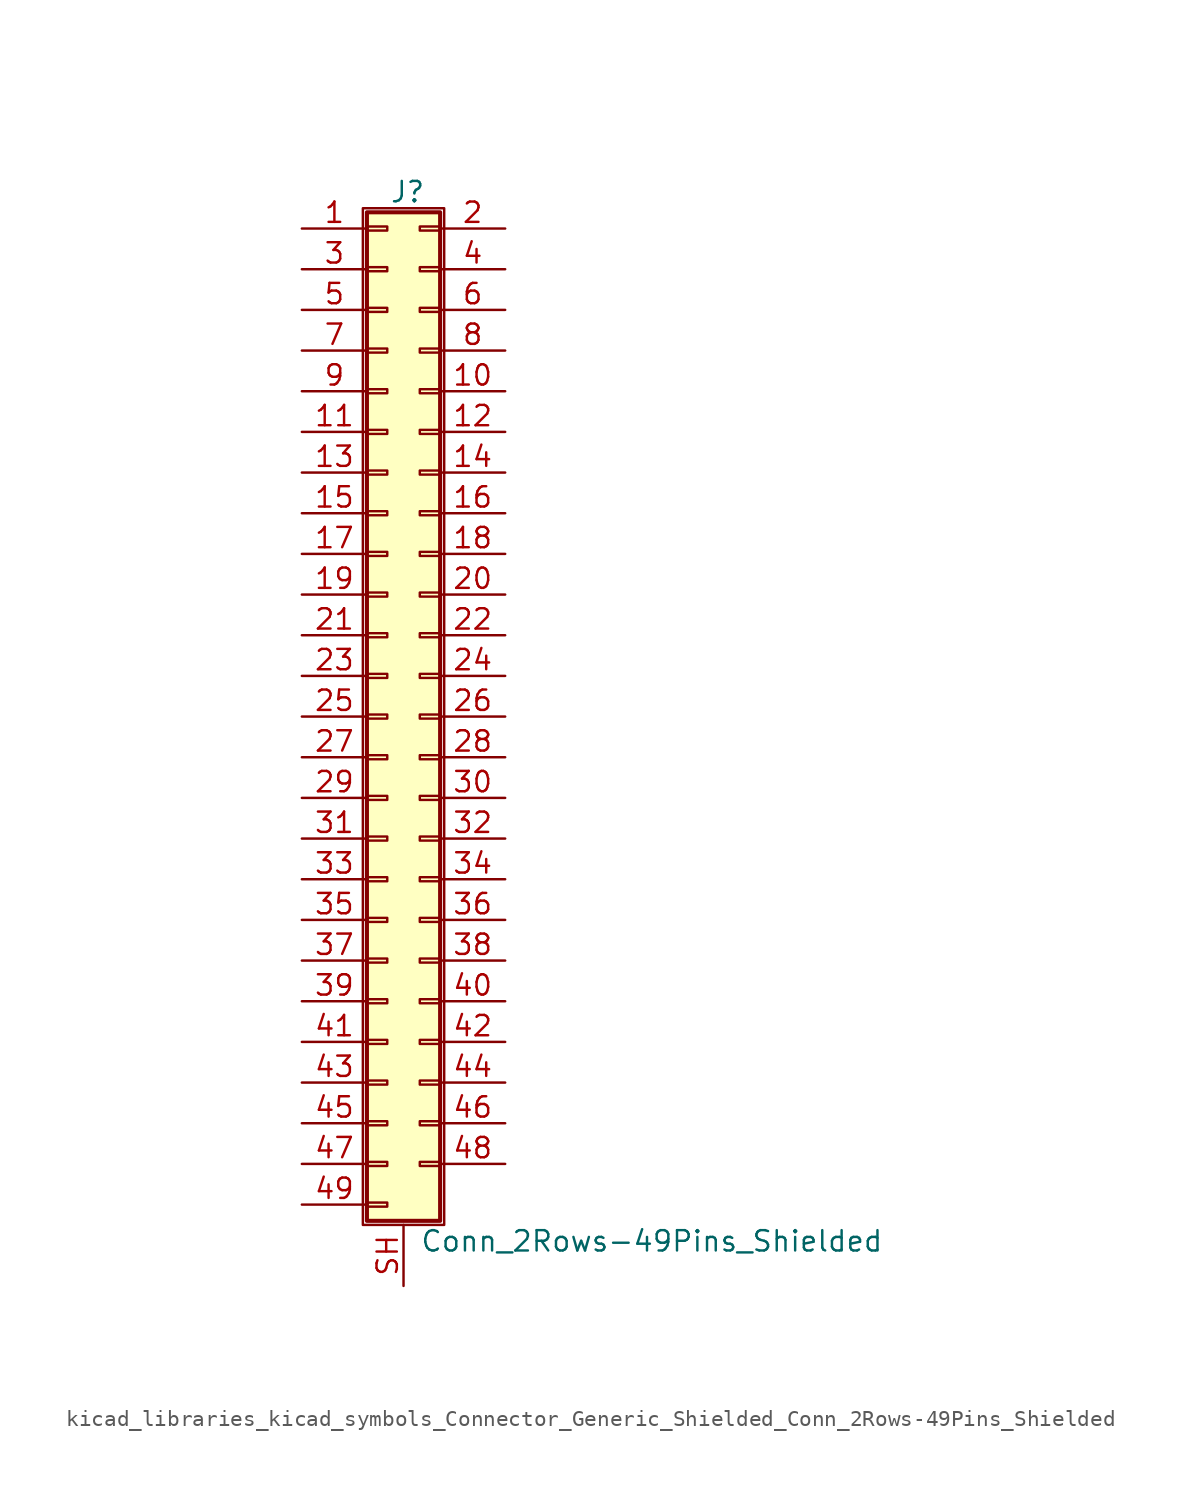
<source format=kicad_sym>
(kicad_symbol_lib
  (version 20220914)
  (generator kicad_symbol_editor)
  (symbol "kicad_libraries_kicad_symbols_Connector_Generic_Shielded_Conn_2Rows-49Pins_Shielded"
    (pin_names
      (offset 1.016) hide)
    (property "Reference" "J"
      (at 1.524 32.766 0)
      (effects (font (size 1.27 1.27))))
    (property "Value" "Conn_2Rows-49Pins_Shielded"
      (at 2.286 -32.766 0)
      (effects (font (size 1.27 1.27)) (justify left)))
    (symbol "kicad_libraries_kicad_symbols_Connector_Generic_Shielded_Conn_2Rows-49Pins_Shielded_1_1"
      (rectangle (start -1.27 31.75) (end 3.81 -31.75) (stroke (width 0.152) (type default)) (fill (type none)))
      (rectangle (start -1.016 -30.353) (end 0.254 -30.607) (stroke (width 0.152) (type default)) (fill (type none)))
      (rectangle (start -1.016 -27.813) (end 0.254 -28.067) (stroke (width 0.152) (type default)) (fill (type none)))
      (rectangle (start -1.016 -25.273) (end 0.254 -25.527) (stroke (width 0.152) (type default)) (fill (type none)))
      (rectangle (start -1.016 -22.733) (end 0.254 -22.987) (stroke (width 0.152) (type default)) (fill (type none)))
      (rectangle (start -1.016 -20.193) (end 0.254 -20.447) (stroke (width 0.152) (type default)) (fill (type none)))
      (rectangle (start -1.016 -17.653) (end 0.254 -17.907) (stroke (width 0.152) (type default)) (fill (type none)))
      (rectangle (start -1.016 -15.113) (end 0.254 -15.367) (stroke (width 0.152) (type default)) (fill (type none)))
      (rectangle (start -1.016 -12.573) (end 0.254 -12.827) (stroke (width 0.152) (type default)) (fill (type none)))
      (rectangle (start -1.016 -10.033) (end 0.254 -10.287) (stroke (width 0.152) (type default)) (fill (type none)))
      (rectangle (start -1.016 -7.493) (end 0.254 -7.747) (stroke (width 0.152) (type default)) (fill (type none)))
      (rectangle (start -1.016 -4.953) (end 0.254 -5.207) (stroke (width 0.152) (type default)) (fill (type none)))
      (rectangle (start -1.016 -2.413) (end 0.254 -2.667) (stroke (width 0.152) (type default)) (fill (type none)))
      (rectangle (start -1.016 0.127) (end 0.254 -0.127) (stroke (width 0.152) (type default)) (fill (type none)))
      (rectangle (start -1.016 2.667) (end 0.254 2.413) (stroke (width 0.152) (type default)) (fill (type none)))
      (rectangle (start -1.016 5.207) (end 0.254 4.953) (stroke (width 0.152) (type default)) (fill (type none)))
      (rectangle (start -1.016 7.747) (end 0.254 7.493) (stroke (width 0.152) (type default)) (fill (type none)))
      (rectangle (start -1.016 10.287) (end 0.254 10.033) (stroke (width 0.152) (type default)) (fill (type none)))
      (rectangle (start -1.016 12.827) (end 0.254 12.573) (stroke (width 0.152) (type default)) (fill (type none)))
      (rectangle (start -1.016 15.367) (end 0.254 15.113) (stroke (width 0.152) (type default)) (fill (type none)))
      (rectangle (start -1.016 17.907) (end 0.254 17.653) (stroke (width 0.152) (type default)) (fill (type none)))
      (rectangle (start -1.016 20.447) (end 0.254 20.193) (stroke (width 0.152) (type default)) (fill (type none)))
      (rectangle (start -1.016 22.987) (end 0.254 22.733) (stroke (width 0.152) (type default)) (fill (type none)))
      (rectangle (start -1.016 25.527) (end 0.254 25.273) (stroke (width 0.152) (type default)) (fill (type none)))
      (rectangle (start -1.016 28.067) (end 0.254 27.813) (stroke (width 0.152) (type default)) (fill (type none)))
      (rectangle (start -1.016 30.607) (end 0.254 30.353) (stroke (width 0.152) (type default)) (fill (type none)))
      (rectangle (start -1.016 31.496) (end 3.556 -31.496) (stroke (width 0.254) (type default)) (fill (type background)))
      (rectangle (start 3.556 -27.813) (end 2.286 -28.067) (stroke (width 0.152) (type default)) (fill (type none)))
      (rectangle (start 3.556 -25.273) (end 2.286 -25.527) (stroke (width 0.152) (type default)) (fill (type none)))
      (rectangle (start 3.556 -22.733) (end 2.286 -22.987) (stroke (width 0.152) (type default)) (fill (type none)))
      (rectangle (start 3.556 -20.193) (end 2.286 -20.447) (stroke (width 0.152) (type default)) (fill (type none)))
      (rectangle (start 3.556 -17.653) (end 2.286 -17.907) (stroke (width 0.152) (type default)) (fill (type none)))
      (rectangle (start 3.556 -15.113) (end 2.286 -15.367) (stroke (width 0.152) (type default)) (fill (type none)))
      (rectangle (start 3.556 -12.573) (end 2.286 -12.827) (stroke (width 0.152) (type default)) (fill (type none)))
      (rectangle (start 3.556 -10.033) (end 2.286 -10.287) (stroke (width 0.152) (type default)) (fill (type none)))
      (rectangle (start 3.556 -7.493) (end 2.286 -7.747) (stroke (width 0.152) (type default)) (fill (type none)))
      (rectangle (start 3.556 -4.953) (end 2.286 -5.207) (stroke (width 0.152) (type default)) (fill (type none)))
      (rectangle (start 3.556 -2.413) (end 2.286 -2.667) (stroke (width 0.152) (type default)) (fill (type none)))
      (rectangle (start 3.556 0.127) (end 2.286 -0.127) (stroke (width 0.152) (type default)) (fill (type none)))
      (rectangle (start 3.556 2.667) (end 2.286 2.413) (stroke (width 0.152) (type default)) (fill (type none)))
      (rectangle (start 3.556 5.207) (end 2.286 4.953) (stroke (width 0.152) (type default)) (fill (type none)))
      (rectangle (start 3.556 7.747) (end 2.286 7.493) (stroke (width 0.152) (type default)) (fill (type none)))
      (rectangle (start 3.556 10.287) (end 2.286 10.033) (stroke (width 0.152) (type default)) (fill (type none)))
      (rectangle (start 3.556 12.827) (end 2.286 12.573) (stroke (width 0.152) (type default)) (fill (type none)))
      (rectangle (start 3.556 15.367) (end 2.286 15.113) (stroke (width 0.152) (type default)) (fill (type none)))
      (rectangle (start 3.556 17.907) (end 2.286 17.653) (stroke (width 0.152) (type default)) (fill (type none)))
      (rectangle (start 3.556 20.447) (end 2.286 20.193) (stroke (width 0.152) (type default)) (fill (type none)))
      (rectangle (start 3.556 22.987) (end 2.286 22.733) (stroke (width 0.152) (type default)) (fill (type none)))
      (rectangle (start 3.556 25.527) (end 2.286 25.273) (stroke (width 0.152) (type default)) (fill (type none)))
      (rectangle (start 3.556 28.067) (end 2.286 27.813) (stroke (width 0.152) (type default)) (fill (type none)))
      (rectangle (start 3.556 30.607) (end 2.286 30.353) (stroke (width 0.152) (type default)) (fill (type none)))
      (pin passive line (at -5.08 30.48 0) (length 4.064) (name "Pin_1" (effects (font (size 1.27 1.27)))) (number "1" (effects (font (size 1.27 1.27)))))
      (pin passive line (at 7.62 20.32 180) (length 4.064) (name "Pin_10" (effects (font (size 1.27 1.27)))) (number "10" (effects (font (size 1.27 1.27)))))
      (pin passive line (at -5.08 17.78 0) (length 4.064) (name "Pin_11" (effects (font (size 1.27 1.27)))) (number "11" (effects (font (size 1.27 1.27)))))
      (pin passive line (at 7.62 17.78 180) (length 4.064) (name "Pin_12" (effects (font (size 1.27 1.27)))) (number "12" (effects (font (size 1.27 1.27)))))
      (pin passive line (at -5.08 15.24 0) (length 4.064) (name "Pin_13" (effects (font (size 1.27 1.27)))) (number "13" (effects (font (size 1.27 1.27)))))
      (pin passive line (at 7.62 15.24 180) (length 4.064) (name "Pin_14" (effects (font (size 1.27 1.27)))) (number "14" (effects (font (size 1.27 1.27)))))
      (pin passive line (at -5.08 12.7 0) (length 4.064) (name "Pin_15" (effects (font (size 1.27 1.27)))) (number "15" (effects (font (size 1.27 1.27)))))
      (pin passive line (at 7.62 12.7 180) (length 4.064) (name "Pin_16" (effects (font (size 1.27 1.27)))) (number "16" (effects (font (size 1.27 1.27)))))
      (pin passive line (at -5.08 10.16 0) (length 4.064) (name "Pin_17" (effects (font (size 1.27 1.27)))) (number "17" (effects (font (size 1.27 1.27)))))
      (pin passive line (at 7.62 10.16 180) (length 4.064) (name "Pin_18" (effects (font (size 1.27 1.27)))) (number "18" (effects (font (size 1.27 1.27)))))
      (pin passive line (at -5.08 7.62 0) (length 4.064) (name "Pin_19" (effects (font (size 1.27 1.27)))) (number "19" (effects (font (size 1.27 1.27)))))
      (pin passive line (at 7.62 30.48 180) (length 4.064) (name "Pin_2" (effects (font (size 1.27 1.27)))) (number "2" (effects (font (size 1.27 1.27)))))
      (pin passive line (at 7.62 7.62 180) (length 4.064) (name "Pin_20" (effects (font (size 1.27 1.27)))) (number "20" (effects (font (size 1.27 1.27)))))
      (pin passive line (at -5.08 5.08 0) (length 4.064) (name "Pin_21" (effects (font (size 1.27 1.27)))) (number "21" (effects (font (size 1.27 1.27)))))
      (pin passive line (at 7.62 5.08 180) (length 4.064) (name "Pin_22" (effects (font (size 1.27 1.27)))) (number "22" (effects (font (size 1.27 1.27)))))
      (pin passive line (at -5.08 2.54 0) (length 4.064) (name "Pin_23" (effects (font (size 1.27 1.27)))) (number "23" (effects (font (size 1.27 1.27)))))
      (pin passive line (at 7.62 2.54 180) (length 4.064) (name "Pin_24" (effects (font (size 1.27 1.27)))) (number "24" (effects (font (size 1.27 1.27)))))
      (pin passive line (at -5.08 0 0) (length 4.064) (name "Pin_25" (effects (font (size 1.27 1.27)))) (number "25" (effects (font (size 1.27 1.27)))))
      (pin passive line (at 7.62 0 180) (length 4.064) (name "Pin_26" (effects (font (size 1.27 1.27)))) (number "26" (effects (font (size 1.27 1.27)))))
      (pin passive line (at -5.08 -2.54 0) (length 4.064) (name "Pin_27" (effects (font (size 1.27 1.27)))) (number "27" (effects (font (size 1.27 1.27)))))
      (pin passive line (at 7.62 -2.54 180) (length 4.064) (name "Pin_28" (effects (font (size 1.27 1.27)))) (number "28" (effects (font (size 1.27 1.27)))))
      (pin passive line (at -5.08 -5.08 0) (length 4.064) (name "Pin_29" (effects (font (size 1.27 1.27)))) (number "29" (effects (font (size 1.27 1.27)))))
      (pin passive line (at -5.08 27.94 0) (length 4.064) (name "Pin_3" (effects (font (size 1.27 1.27)))) (number "3" (effects (font (size 1.27 1.27)))))
      (pin passive line (at 7.62 -5.08 180) (length 4.064) (name "Pin_30" (effects (font (size 1.27 1.27)))) (number "30" (effects (font (size 1.27 1.27)))))
      (pin passive line (at -5.08 -7.62 0) (length 4.064) (name "Pin_31" (effects (font (size 1.27 1.27)))) (number "31" (effects (font (size 1.27 1.27)))))
      (pin passive line (at 7.62 -7.62 180) (length 4.064) (name "Pin_32" (effects (font (size 1.27 1.27)))) (number "32" (effects (font (size 1.27 1.27)))))
      (pin passive line (at -5.08 -10.16 0) (length 4.064) (name "Pin_33" (effects (font (size 1.27 1.27)))) (number "33" (effects (font (size 1.27 1.27)))))
      (pin passive line (at 7.62 -10.16 180) (length 4.064) (name "Pin_34" (effects (font (size 1.27 1.27)))) (number "34" (effects (font (size 1.27 1.27)))))
      (pin passive line (at -5.08 -12.7 0) (length 4.064) (name "Pin_35" (effects (font (size 1.27 1.27)))) (number "35" (effects (font (size 1.27 1.27)))))
      (pin passive line (at 7.62 -12.7 180) (length 4.064) (name "Pin_36" (effects (font (size 1.27 1.27)))) (number "36" (effects (font (size 1.27 1.27)))))
      (pin passive line (at -5.08 -15.24 0) (length 4.064) (name "Pin_37" (effects (font (size 1.27 1.27)))) (number "37" (effects (font (size 1.27 1.27)))))
      (pin passive line (at 7.62 -15.24 180) (length 4.064) (name "Pin_38" (effects (font (size 1.27 1.27)))) (number "38" (effects (font (size 1.27 1.27)))))
      (pin passive line (at -5.08 -17.78 0) (length 4.064) (name "Pin_39" (effects (font (size 1.27 1.27)))) (number "39" (effects (font (size 1.27 1.27)))))
      (pin passive line (at 7.62 27.94 180) (length 4.064) (name "Pin_4" (effects (font (size 1.27 1.27)))) (number "4" (effects (font (size 1.27 1.27)))))
      (pin passive line (at 7.62 -17.78 180) (length 4.064) (name "Pin_40" (effects (font (size 1.27 1.27)))) (number "40" (effects (font (size 1.27 1.27)))))
      (pin passive line (at -5.08 -20.32 0) (length 4.064) (name "Pin_41" (effects (font (size 1.27 1.27)))) (number "41" (effects (font (size 1.27 1.27)))))
      (pin passive line (at 7.62 -20.32 180) (length 4.064) (name "Pin_42" (effects (font (size 1.27 1.27)))) (number "42" (effects (font (size 1.27 1.27)))))
      (pin passive line (at -5.08 -22.86 0) (length 4.064) (name "Pin_43" (effects (font (size 1.27 1.27)))) (number "43" (effects (font (size 1.27 1.27)))))
      (pin passive line (at 7.62 -22.86 180) (length 4.064) (name "Pin_44" (effects (font (size 1.27 1.27)))) (number "44" (effects (font (size 1.27 1.27)))))
      (pin passive line (at -5.08 -25.4 0) (length 4.064) (name "Pin_45" (effects (font (size 1.27 1.27)))) (number "45" (effects (font (size 1.27 1.27)))))
      (pin passive line (at 7.62 -25.4 180) (length 4.064) (name "Pin_46" (effects (font (size 1.27 1.27)))) (number "46" (effects (font (size 1.27 1.27)))))
      (pin passive line (at -5.08 -27.94 0) (length 4.064) (name "Pin_47" (effects (font (size 1.27 1.27)))) (number "47" (effects (font (size 1.27 1.27)))))
      (pin passive line (at 7.62 -27.94 180) (length 4.064) (name "Pin_48" (effects (font (size 1.27 1.27)))) (number "48" (effects (font (size 1.27 1.27)))))
      (pin passive line (at -5.08 -30.48 0) (length 4.064) (name "Pin_49" (effects (font (size 1.27 1.27)))) (number "49" (effects (font (size 1.27 1.27)))))
      (pin passive line (at -5.08 25.4 0) (length 4.064) (name "Pin_5" (effects (font (size 1.27 1.27)))) (number "5" (effects (font (size 1.27 1.27)))))
      (pin passive line (at 7.62 25.4 180) (length 4.064) (name "Pin_6" (effects (font (size 1.27 1.27)))) (number "6" (effects (font (size 1.27 1.27)))))
      (pin passive line (at -5.08 22.86 0) (length 4.064) (name "Pin_7" (effects (font (size 1.27 1.27)))) (number "7" (effects (font (size 1.27 1.27)))))
      (pin passive line (at 7.62 22.86 180) (length 4.064) (name "Pin_8" (effects (font (size 1.27 1.27)))) (number "8" (effects (font (size 1.27 1.27)))))
      (pin passive line (at -5.08 20.32 0) (length 4.064) (name "Pin_9" (effects (font (size 1.27 1.27)))) (number "9" (effects (font (size 1.27 1.27)))))
      (pin passive line (at 1.27 -35.56 90) (length 3.81) (name "Shield" (effects (font (size 1.27 1.27)))) (number "SH" (effects (font (size 1.27 1.27))))))))
</source>
